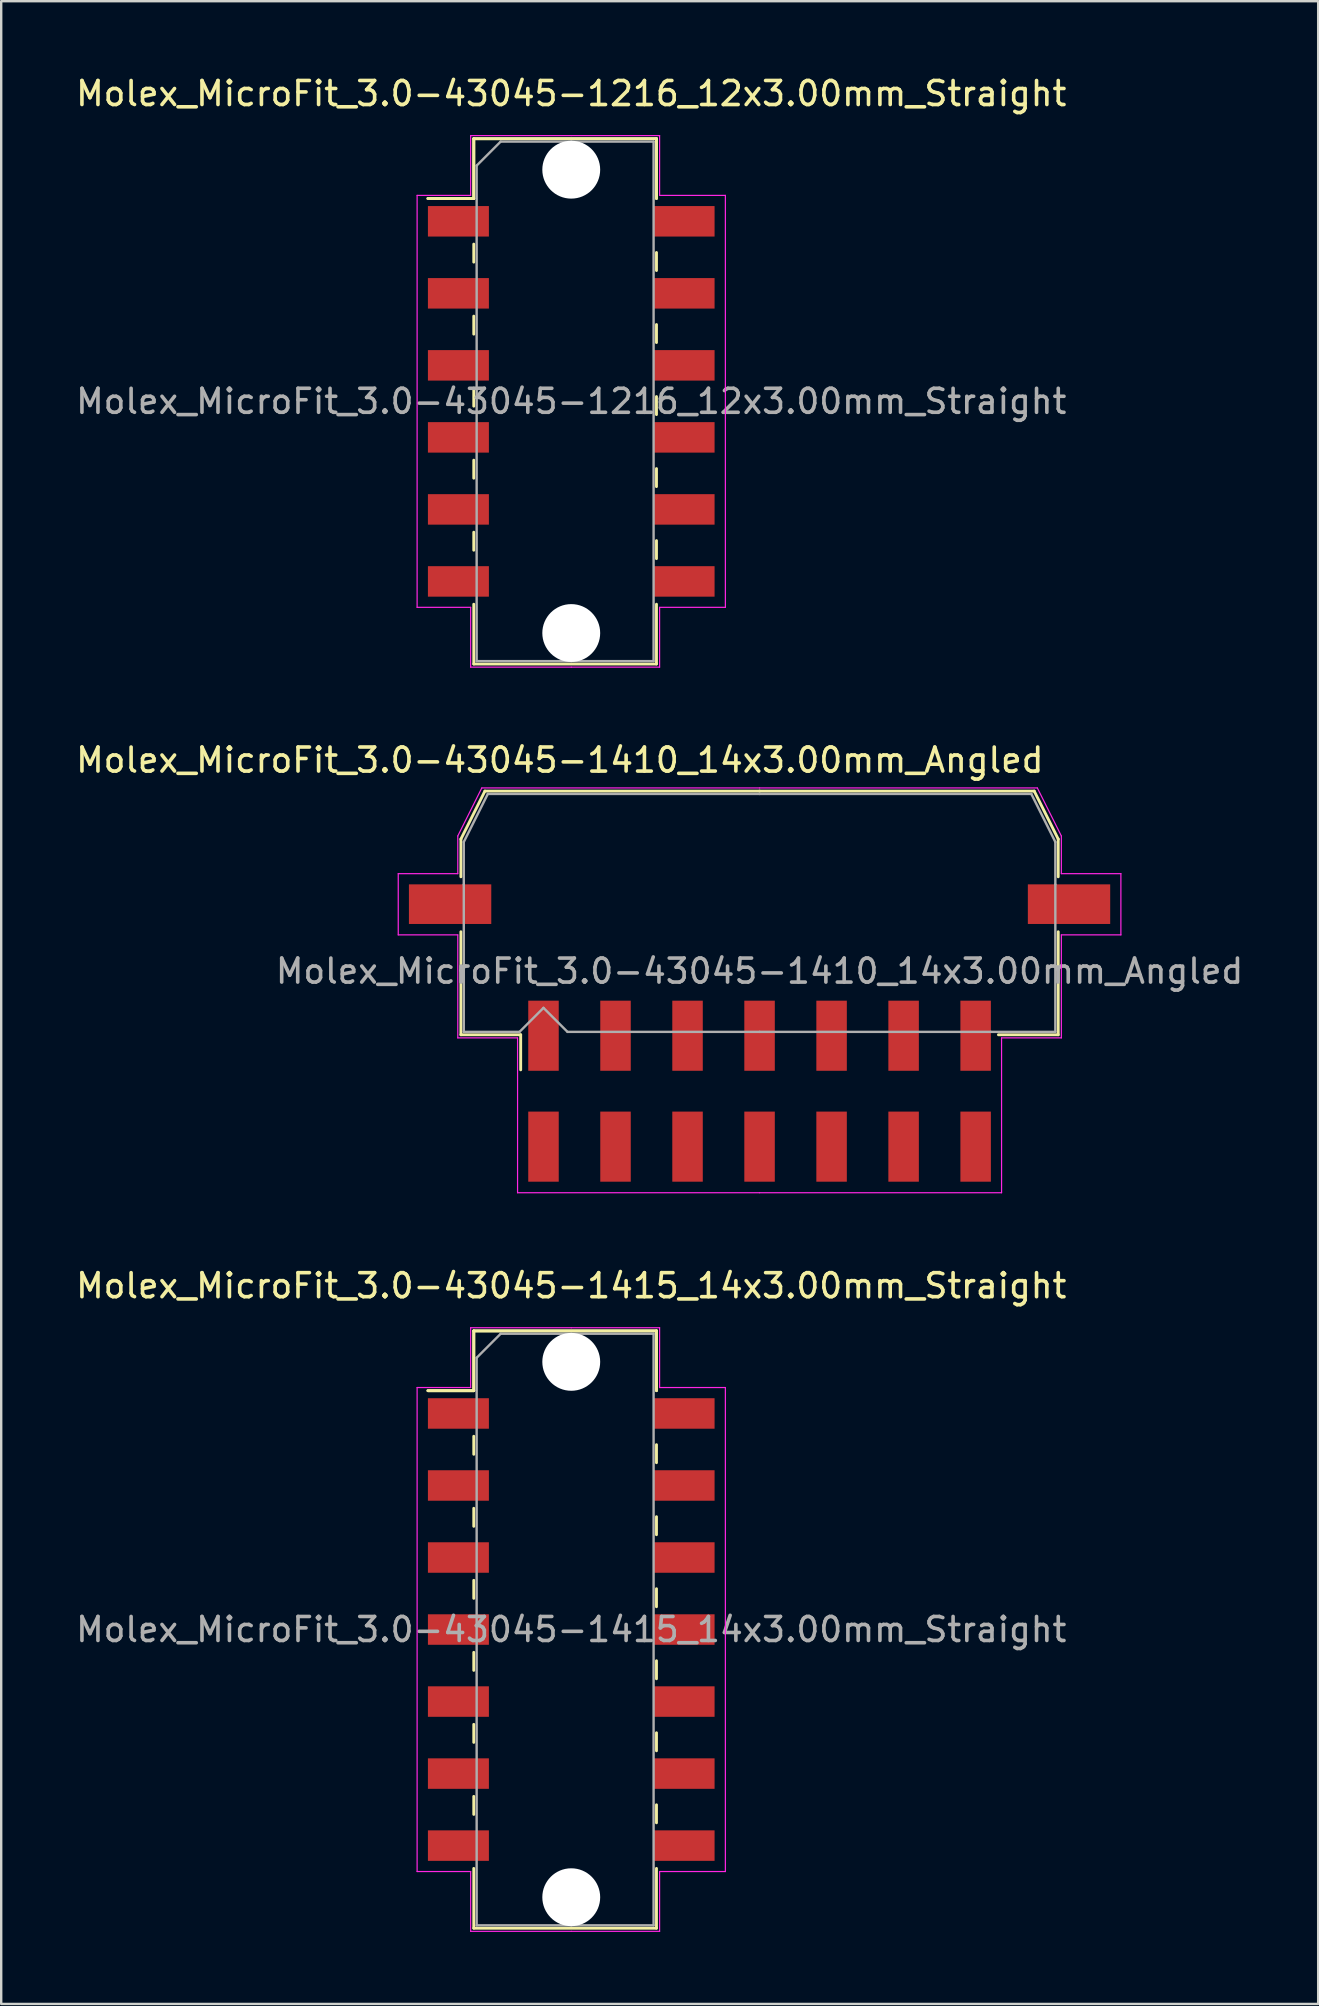
<source format=kicad_pcb>
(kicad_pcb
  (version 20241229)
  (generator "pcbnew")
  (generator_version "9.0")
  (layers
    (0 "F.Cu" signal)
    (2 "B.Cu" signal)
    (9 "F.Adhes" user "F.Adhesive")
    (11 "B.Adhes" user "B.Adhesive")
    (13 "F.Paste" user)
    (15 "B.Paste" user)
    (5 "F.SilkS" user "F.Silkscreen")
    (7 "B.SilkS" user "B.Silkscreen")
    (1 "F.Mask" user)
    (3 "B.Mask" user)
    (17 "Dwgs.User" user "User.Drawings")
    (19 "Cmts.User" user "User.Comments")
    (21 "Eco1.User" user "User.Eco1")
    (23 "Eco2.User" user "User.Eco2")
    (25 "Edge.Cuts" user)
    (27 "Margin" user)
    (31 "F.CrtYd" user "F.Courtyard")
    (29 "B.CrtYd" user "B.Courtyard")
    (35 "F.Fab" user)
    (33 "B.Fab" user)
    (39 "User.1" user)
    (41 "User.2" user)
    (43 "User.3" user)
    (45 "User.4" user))
  (footprint "Molex_MicroFit_3.0-43045-1415_14x3.00mm_Straight"
    (layer "F.Cu")
    (at 20.744 64.825)
    (property "Reference" "Molex_MicroFit_3.0-43045-1415_14x3.00mm_Straight" (at 0 -14.32 0) (layer "F.SilkS") (effects (font (size 1 1) (thickness 0.15))))
    (attr smd)
    (fp_line (start -5.97 -9.95) (end -4.06 -9.95) (stroke (width 0.12) (type solid)) (layer "F.SilkS"))
    (fp_line (start -5.97 -9.95) (end -4.06 -9.95) (stroke (width 0.12) (type solid)) (layer "F.SilkS"))
    (fp_line (start -4.06 -12.44) (end 3.55 -12.44) (stroke (width 0.12) (type solid)) (layer "F.SilkS"))
    (fp_line (start -4.06 -12.44) (end 3.55 -12.44) (stroke (width 0.12) (type solid)) (layer "F.SilkS"))
    (fp_line (start -4.06 -9.95) (end -4.06 -12.44) (stroke (width 0.12) (type solid)) (layer "F.SilkS"))
    (fp_line (start -4.06 -9.95) (end -4.06 -12.44) (stroke (width 0.12) (type solid)) (layer "F.SilkS"))
    (fp_line (start -4.06 -8.05) (end -4.06 -7.3) (stroke (width 0.12) (type solid)) (layer "F.SilkS"))
    (fp_line (start -4.06 -5.05) (end -4.06 -4.3) (stroke (width 0.12) (type solid)) (layer "F.SilkS"))
    (fp_line (start -4.06 -2.05) (end -4.06 -1.3) (stroke (width 0.12) (type solid)) (layer "F.SilkS"))
    (fp_line (start -4.06 0.95) (end -4.06 1.7) (stroke (width 0.12) (type solid)) (layer "F.SilkS"))
    (fp_line (start -4.06 3.95) (end -4.06 4.7) (stroke (width 0.12) (type solid)) (layer "F.SilkS"))
    (fp_line (start -4.06 6.95) (end -4.06 7.7) (stroke (width 0.12) (type solid)) (layer "F.SilkS"))
    (fp_line (start -4.06 12.44) (end -4.06 9.95) (stroke (width 0.12) (type solid)) (layer "F.SilkS"))
    (fp_line (start 3.55 -12.44) (end 3.55 -9.95) (stroke (width 0.12) (type solid)) (layer "F.SilkS"))
    (fp_line (start 3.55 -12.44) (end 3.55 -9.95) (stroke (width 0.12) (type solid)) (layer "F.SilkS"))
    (fp_line (start 3.55 -6.95) (end 3.55 -7.7) (stroke (width 0.12) (type solid)) (layer "F.SilkS"))
    (fp_line (start 3.55 -3.95) (end 3.55 -4.7) (stroke (width 0.12) (type solid)) (layer "F.SilkS"))
    (fp_line (start 3.55 -0.95) (end 3.55 -1.7) (stroke (width 0.12) (type solid)) (layer "F.SilkS"))
    (fp_line (start 3.55 2.05) (end 3.55 1.3) (stroke (width 0.12) (type solid)) (layer "F.SilkS"))
    (fp_line (start 3.55 5.05) (end 3.55 4.3) (stroke (width 0.12) (type solid)) (layer "F.SilkS"))
    (fp_line (start 3.55 8.05) (end 3.55 7.3) (stroke (width 0.12) (type solid)) (layer "F.SilkS"))
    (fp_line (start 3.55 9.95) (end 3.55 12.44) (stroke (width 0.12) (type solid)) (layer "F.SilkS"))
    (fp_line (start 3.55 12.44) (end -4.06 12.44) (stroke (width 0.12) (type solid)) (layer "F.SilkS"))
    (fp_line (start -6.42 -10.08) (end -4.19 -10.08) (stroke (width 0.05) (type solid)) (layer "F.CrtYd"))
    (fp_line (start -6.42 10.08) (end -6.42 -10.08) (stroke (width 0.05) (type solid)) (layer "F.CrtYd"))
    (fp_line (start -4.19 -12.57) (end 0 -12.57) (stroke (width 0.05) (type solid)) (layer "F.CrtYd"))
    (fp_line (start -4.19 -10.08) (end -4.19 -12.57) (stroke (width 0.05) (type solid)) (layer "F.CrtYd"))
    (fp_line (start -4.19 10.08) (end -6.42 10.08) (stroke (width 0.05) (type solid)) (layer "F.CrtYd"))
    (fp_line (start -4.19 12.57) (end -4.19 10.08) (stroke (width 0.05) (type solid)) (layer "F.CrtYd"))
    (fp_line (start 0 -12.57) (end 3.68 -12.57) (stroke (width 0.05) (type solid)) (layer "F.CrtYd"))
    (fp_line (start 0 12.57) (end -4.19 12.57) (stroke (width 0.05) (type solid)) (layer "F.CrtYd"))
    (fp_line (start 3.68 -12.57) (end 3.68 -10.08) (stroke (width 0.05) (type solid)) (layer "F.CrtYd"))
    (fp_line (start 3.68 -10.08) (end 6.42 -10.08) (stroke (width 0.05) (type solid)) (layer "F.CrtYd"))
    (fp_line (start 3.68 10.08) (end 3.68 12.57) (stroke (width 0.05) (type solid)) (layer "F.CrtYd"))
    (fp_line (start 3.68 12.57) (end 0 12.57) (stroke (width 0.05) (type solid)) (layer "F.CrtYd"))
    (fp_line (start 6.42 -10.08) (end 6.42 10.08) (stroke (width 0.05) (type solid)) (layer "F.CrtYd"))
    (fp_line (start 6.42 10.08) (end 3.68 10.08) (stroke (width 0.05) (type solid)) (layer "F.CrtYd"))
    (fp_line (start -3.94 -11.32) (end -2.94 -12.32) (stroke (width 0.1) (type solid)) (layer "F.Fab"))
    (fp_line (start -3.94 12.32) (end -3.94 -11.32) (stroke (width 0.1) (type solid)) (layer "F.Fab"))
    (fp_line (start -2.94 -12.32) (end 0 -12.32) (stroke (width 0.1) (type solid)) (layer "F.Fab"))
    (fp_line (start 0 -12.32) (end 3.43 -12.32) (stroke (width 0.1) (type solid)) (layer "F.Fab"))
    (fp_line (start 0 12.32) (end -3.94 12.32) (stroke (width 0.1) (type solid)) (layer "F.Fab"))
    (fp_line (start 3.43 -12.32) (end 3.43 12.32) (stroke (width 0.1) (type solid)) (layer "F.Fab"))
    (fp_line (start 3.43 12.32) (end 0 12.32) (stroke (width 0.1) (type solid)) (layer "F.Fab"))
    (fp_text user "${REFERENCE}" (at 0 0 0) (layer "F.Fab") (effects (font (size 1 1) (thickness 0.15))))
    (pad "" np_thru_hole circle (at 0 -11.15) (size 2.41 2.41) (drill 2.41) (layers "*.Cu"))
    (pad "" np_thru_hole circle (at 0 11.15) (size 2.41 2.41) (drill 2.41) (layers "*.Cu"))
    (pad "1" smd rect (at -4.7 -9) (size 2.54 1.27) (layers "F.Cu" "F.Mask" "F.Paste"))
    (pad "2" smd rect (at -4.7 -6) (size 2.54 1.27) (layers "F.Cu" "F.Mask" "F.Paste"))
    (pad "3" smd rect (at -4.7 -3) (size 2.54 1.27) (layers "F.Cu" "F.Mask" "F.Paste"))
    (pad "4" smd rect (at -4.7 0) (size 2.54 1.27) (layers "F.Cu" "F.Mask" "F.Paste"))
    (pad "5" smd rect (at -4.7 3) (size 2.54 1.27) (layers "F.Cu" "F.Mask" "F.Paste"))
    (pad "6" smd rect (at -4.7 6) (size 2.54 1.27) (layers "F.Cu" "F.Mask" "F.Paste"))
    (pad "7" smd rect (at -4.7 9) (size 2.54 1.27) (layers "F.Cu" "F.Mask" "F.Paste"))
    (pad "8" smd rect (at 4.7 9) (size 2.54 1.27) (layers "F.Cu" "F.Mask" "F.Paste"))
    (pad "9" smd rect (at 4.7 6) (size 2.54 1.27) (layers "F.Cu" "F.Mask" "F.Paste"))
    (pad "10" smd rect (at 4.7 3) (size 2.54 1.27) (layers "F.Cu" "F.Mask" "F.Paste"))
    (pad "11" smd rect (at 4.7 0) (size 2.54 1.27) (layers "F.Cu" "F.Mask" "F.Paste"))
    (pad "12" smd rect (at 4.7 -3) (size 2.54 1.27) (layers "F.Cu" "F.Mask" "F.Paste"))
    (pad "13" smd rect (at 4.7 -6) (size 2.54 1.27) (layers "F.Cu" "F.Mask" "F.Paste"))
    (pad "14" smd rect (at 4.7 -9) (size 2.54 1.27) (layers "F.Cu" "F.Mask" "F.Paste")))
  (footprint "Molex_MicroFit_3.0-43045-1216_12x3.00mm_Straight"
    (layer "F.Cu")
    (at 20.744 13.668)
    (property "Reference" "Molex_MicroFit_3.0-43045-1216_12x3.00mm_Straight" (at 0 -12.82 0) (layer "F.SilkS") (effects (font (size 1 1) (thickness 0.15))))
    (attr smd)
    (fp_line (start -5.97 -8.45) (end -4.06 -8.45) (stroke (width 0.12) (type solid)) (layer "F.SilkS"))
    (fp_line (start -5.97 -8.45) (end -4.06 -8.45) (stroke (width 0.12) (type solid)) (layer "F.SilkS"))
    (fp_line (start -4.06 -10.94) (end 3.55 -10.94) (stroke (width 0.12) (type solid)) (layer "F.SilkS"))
    (fp_line (start -4.06 -10.94) (end 3.55 -10.94) (stroke (width 0.12) (type solid)) (layer "F.SilkS"))
    (fp_line (start -4.06 -8.45) (end -4.06 -10.94) (stroke (width 0.12) (type solid)) (layer "F.SilkS"))
    (fp_line (start -4.06 -8.45) (end -4.06 -10.94) (stroke (width 0.12) (type solid)) (layer "F.SilkS"))
    (fp_line (start -4.06 -6.55) (end -4.06 -5.8) (stroke (width 0.12) (type solid)) (layer "F.SilkS"))
    (fp_line (start -4.06 -3.55) (end -4.06 -2.8) (stroke (width 0.12) (type solid)) (layer "F.SilkS"))
    (fp_line (start -4.06 -0.55) (end -4.06 0.2) (stroke (width 0.12) (type solid)) (layer "F.SilkS"))
    (fp_line (start -4.06 2.45) (end -4.06 3.2) (stroke (width 0.12) (type solid)) (layer "F.SilkS"))
    (fp_line (start -4.06 5.45) (end -4.06 6.2) (stroke (width 0.12) (type solid)) (layer "F.SilkS"))
    (fp_line (start -4.06 10.94) (end -4.06 8.45) (stroke (width 0.12) (type solid)) (layer "F.SilkS"))
    (fp_line (start 3.55 -10.94) (end 3.55 -8.45) (stroke (width 0.12) (type solid)) (layer "F.SilkS"))
    (fp_line (start 3.55 -10.94) (end 3.55 -8.45) (stroke (width 0.12) (type solid)) (layer "F.SilkS"))
    (fp_line (start 3.55 -5.45) (end 3.55 -6.2) (stroke (width 0.12) (type solid)) (layer "F.SilkS"))
    (fp_line (start 3.55 -2.45) (end 3.55 -3.2) (stroke (width 0.12) (type solid)) (layer "F.SilkS"))
    (fp_line (start 3.55 0.55) (end 3.55 -0.2) (stroke (width 0.12) (type solid)) (layer "F.SilkS"))
    (fp_line (start 3.55 3.55) (end 3.55 2.8) (stroke (width 0.12) (type solid)) (layer "F.SilkS"))
    (fp_line (start 3.55 6.55) (end 3.55 5.8) (stroke (width 0.12) (type solid)) (layer "F.SilkS"))
    (fp_line (start 3.55 8.45) (end 3.55 10.94) (stroke (width 0.12) (type solid)) (layer "F.SilkS"))
    (fp_line (start 3.55 10.94) (end -4.06 10.94) (stroke (width 0.12) (type solid)) (layer "F.SilkS"))
    (fp_line (start -6.42 -8.58) (end -4.19 -8.58) (stroke (width 0.05) (type solid)) (layer "F.CrtYd"))
    (fp_line (start -6.42 8.58) (end -6.42 -8.58) (stroke (width 0.05) (type solid)) (layer "F.CrtYd"))
    (fp_line (start -4.19 -11.07) (end 0 -11.07) (stroke (width 0.05) (type solid)) (layer "F.CrtYd"))
    (fp_line (start -4.19 -8.58) (end -4.19 -11.07) (stroke (width 0.05) (type solid)) (layer "F.CrtYd"))
    (fp_line (start -4.19 8.58) (end -6.42 8.58) (stroke (width 0.05) (type solid)) (layer "F.CrtYd"))
    (fp_line (start -4.19 11.07) (end -4.19 8.58) (stroke (width 0.05) (type solid)) (layer "F.CrtYd"))
    (fp_line (start 0 -11.07) (end 3.68 -11.07) (stroke (width 0.05) (type solid)) (layer "F.CrtYd"))
    (fp_line (start 0 11.07) (end -4.19 11.07) (stroke (width 0.05) (type solid)) (layer "F.CrtYd"))
    (fp_line (start 3.68 -11.07) (end 3.68 -8.58) (stroke (width 0.05) (type solid)) (layer "F.CrtYd"))
    (fp_line (start 3.68 -8.58) (end 6.42 -8.58) (stroke (width 0.05) (type solid)) (layer "F.CrtYd"))
    (fp_line (start 3.68 8.58) (end 3.68 11.07) (stroke (width 0.05) (type solid)) (layer "F.CrtYd"))
    (fp_line (start 3.68 11.07) (end 0 11.07) (stroke (width 0.05) (type solid)) (layer "F.CrtYd"))
    (fp_line (start 6.42 -8.58) (end 6.42 8.58) (stroke (width 0.05) (type solid)) (layer "F.CrtYd"))
    (fp_line (start 6.42 8.58) (end 3.68 8.58) (stroke (width 0.05) (type solid)) (layer "F.CrtYd"))
    (fp_line (start -3.94 -9.82) (end -2.94 -10.82) (stroke (width 0.1) (type solid)) (layer "F.Fab"))
    (fp_line (start -3.94 10.82) (end -3.94 -9.82) (stroke (width 0.1) (type solid)) (layer "F.Fab"))
    (fp_line (start -2.94 -10.82) (end 0 -10.82) (stroke (width 0.1) (type solid)) (layer "F.Fab"))
    (fp_line (start 0 -10.82) (end 3.43 -10.82) (stroke (width 0.1) (type solid)) (layer "F.Fab"))
    (fp_line (start 0 10.82) (end -3.94 10.82) (stroke (width 0.1) (type solid)) (layer "F.Fab"))
    (fp_line (start 3.43 -10.82) (end 3.43 10.82) (stroke (width 0.1) (type solid)) (layer "F.Fab"))
    (fp_line (start 3.43 10.82) (end 0 10.82) (stroke (width 0.1) (type solid)) (layer "F.Fab"))
    (fp_text user "${REFERENCE}" (at 0 0 0) (layer "F.Fab") (effects (font (size 1 1) (thickness 0.15))))
    (pad "" np_thru_hole circle (at 0 -9.65) (size 2.41 2.41) (drill 2.41) (layers "*.Cu"))
    (pad "" np_thru_hole circle (at 0 9.65) (size 2.41 2.41) (drill 2.41) (layers "*.Cu"))
    (pad "1" smd rect (at -4.7 -7.5) (size 2.54 1.27) (layers "F.Cu" "F.Mask" "F.Paste"))
    (pad "2" smd rect (at -4.7 -4.5) (size 2.54 1.27) (layers "F.Cu" "F.Mask" "F.Paste"))
    (pad "3" smd rect (at -4.7 -1.5) (size 2.54 1.27) (layers "F.Cu" "F.Mask" "F.Paste"))
    (pad "4" smd rect (at -4.7 1.5) (size 2.54 1.27) (layers "F.Cu" "F.Mask" "F.Paste"))
    (pad "5" smd rect (at -4.7 4.5) (size 2.54 1.27) (layers "F.Cu" "F.Mask" "F.Paste"))
    (pad "6" smd rect (at -4.7 7.5) (size 2.54 1.27) (layers "F.Cu" "F.Mask" "F.Paste"))
    (pad "7" smd rect (at 4.7 7.5) (size 2.54 1.27) (layers "F.Cu" "F.Mask" "F.Paste"))
    (pad "8" smd rect (at 4.7 4.5) (size 2.54 1.27) (layers "F.Cu" "F.Mask" "F.Paste"))
    (pad "9" smd rect (at 4.7 1.5) (size 2.54 1.27) (layers "F.Cu" "F.Mask" "F.Paste"))
    (pad "10" smd rect (at 4.7 -1.5) (size 2.54 1.27) (layers "F.Cu" "F.Mask" "F.Paste"))
    (pad "11" smd rect (at 4.7 -4.5) (size 2.54 1.27) (layers "F.Cu" "F.Mask" "F.Paste"))
    (pad "12" smd rect (at 4.7 -7.5) (size 2.54 1.27) (layers "F.Cu" "F.Mask" "F.Paste")))
  (footprint "Molex_MicroFit_3.0-43045-1410_14x3.00mm_Angled"
    (layer "F.Cu")
    (at 28.588 42.401)
    (property "Reference" "Molex_MicroFit_3.0-43045-1410_14x3.00mm_Angled" (at -8.32 -13.79 0) (layer "F.SilkS") (effects (font (size 1 1) (thickness 0.15))))
    (attr smd)
    (fp_line (start -12.44 -10.5) (end -12.44 -8.93) (stroke (width 0.12) (type solid)) (layer "F.SilkS"))
    (fp_line (start -12.44 -6.64) (end -12.44 -2.35) (stroke (width 0.12) (type solid)) (layer "F.SilkS"))
    (fp_line (start -12.44 -2.35) (end -9.95 -2.35) (stroke (width 0.12) (type solid)) (layer "F.SilkS"))
    (fp_line (start -11.44 -12.5) (end -12.44 -10.5) (stroke (width 0.12) (type solid)) (layer "F.SilkS"))
    (fp_line (start -9.95 -2.35) (end -9.95 -0.89) (stroke (width 0.12) (type solid)) (layer "F.SilkS"))
    (fp_line (start 0 -12.5) (end -11.44 -12.5) (stroke (width 0.12) (type solid)) (layer "F.SilkS"))
    (fp_line (start 0 -12.5) (end 11.44 -12.5) (stroke (width 0.12) (type solid)) (layer "F.SilkS"))
    (fp_line (start 11.44 -12.5) (end 12.44 -10.5) (stroke (width 0.12) (type solid)) (layer "F.SilkS"))
    (fp_line (start 12.44 -10.5) (end 12.44 -8.93) (stroke (width 0.12) (type solid)) (layer "F.SilkS"))
    (fp_line (start 12.44 -6.64) (end 12.44 -2.35) (stroke (width 0.12) (type solid)) (layer "F.SilkS"))
    (fp_line (start 12.44 -2.35) (end 9.95 -2.35) (stroke (width 0.12) (type solid)) (layer "F.SilkS"))
    (fp_line (start -15.05 -9.06) (end -15.05 -6.51) (stroke (width 0.05) (type solid)) (layer "F.CrtYd"))
    (fp_line (start -15.05 -6.51) (end -12.57 -6.51) (stroke (width 0.05) (type solid)) (layer "F.CrtYd"))
    (fp_line (start -12.57 -10.63) (end -12.57 -9.06) (stroke (width 0.05) (type solid)) (layer "F.CrtYd"))
    (fp_line (start -12.57 -9.06) (end -15.05 -9.06) (stroke (width 0.05) (type solid)) (layer "F.CrtYd"))
    (fp_line (start -12.57 -6.51) (end -12.57 -2.22) (stroke (width 0.05) (type solid)) (layer "F.CrtYd"))
    (fp_line (start -12.57 -2.22) (end -10.08 -2.22) (stroke (width 0.05) (type solid)) (layer "F.CrtYd"))
    (fp_line (start -11.57 -12.63) (end -12.57 -10.63) (stroke (width 0.05) (type solid)) (layer "F.CrtYd"))
    (fp_line (start -10.08 -2.22) (end -10.08 4.23) (stroke (width 0.05) (type solid)) (layer "F.CrtYd"))
    (fp_line (start -10.08 4.23) (end 0 4.23) (stroke (width 0.05) (type solid)) (layer "F.CrtYd"))
    (fp_line (start 0 -12.63) (end -11.57 -12.63) (stroke (width 0.05) (type solid)) (layer "F.CrtYd"))
    (fp_line (start 0 -12.63) (end 11.57 -12.63) (stroke (width 0.05) (type solid)) (layer "F.CrtYd"))
    (fp_line (start 10.08 -2.22) (end 10.08 4.23) (stroke (width 0.05) (type solid)) (layer "F.CrtYd"))
    (fp_line (start 10.08 4.23) (end 0 4.23) (stroke (width 0.05) (type solid)) (layer "F.CrtYd"))
    (fp_line (start 11.57 -12.63) (end 12.57 -10.63) (stroke (width 0.05) (type solid)) (layer "F.CrtYd"))
    (fp_line (start 12.57 -10.63) (end 12.57 -9.06) (stroke (width 0.05) (type solid)) (layer "F.CrtYd"))
    (fp_line (start 12.57 -9.06) (end 15.05 -9.06) (stroke (width 0.05) (type solid)) (layer "F.CrtYd"))
    (fp_line (start 12.57 -6.51) (end 12.57 -2.22) (stroke (width 0.05) (type solid)) (layer "F.CrtYd"))
    (fp_line (start 12.57 -2.22) (end 10.08 -2.22) (stroke (width 0.05) (type solid)) (layer "F.CrtYd"))
    (fp_line (start 15.05 -9.06) (end 15.05 -6.51) (stroke (width 0.05) (type solid)) (layer "F.CrtYd"))
    (fp_line (start 15.05 -6.51) (end 12.57 -6.51) (stroke (width 0.05) (type solid)) (layer "F.CrtYd"))
    (fp_line (start -12.32 -10.38) (end -12.32 -8.61) (stroke (width 0.1) (type solid)) (layer "F.Fab"))
    (fp_line (start -12.32 -8.61) (end -12.32 -2.47) (stroke (width 0.1) (type solid)) (layer "F.Fab"))
    (fp_line (start -12.32 -2.47) (end -10 -2.47) (stroke (width 0.1) (type solid)) (layer "F.Fab"))
    (fp_line (start -11.32 -12.38) (end -12.32 -10.38) (stroke (width 0.1) (type solid)) (layer "F.Fab"))
    (fp_line (start -10 -2.47) (end -9 -3.47) (stroke (width 0.1) (type solid)) (layer "F.Fab"))
    (fp_line (start -9 -3.47) (end -8 -2.47) (stroke (width 0.1) (type solid)) (layer "F.Fab"))
    (fp_line (start -8 -2.47) (end 0 -2.47) (stroke (width 0.1) (type solid)) (layer "F.Fab"))
    (fp_line (start 0 -12.38) (end -11.32 -12.38) (stroke (width 0.1) (type solid)) (layer "F.Fab"))
    (fp_line (start 0 -12.38) (end 11.32 -12.38) (stroke (width 0.1) (type solid)) (layer "F.Fab"))
    (fp_line (start 9.63 -2.47) (end 0 -2.47) (stroke (width 0.1) (type solid)) (layer "F.Fab"))
    (fp_line (start 11.32 -12.38) (end 12.32 -10.38) (stroke (width 0.1) (type solid)) (layer "F.Fab"))
    (fp_line (start 12.32 -10.38) (end 12.32 -8.61) (stroke (width 0.1) (type solid)) (layer "F.Fab"))
    (fp_line (start 12.32 -8.61) (end 12.32 -2.47) (stroke (width 0.1) (type solid)) (layer "F.Fab"))
    (fp_line (start 12.32 -2.47) (end 9.63 -2.47) (stroke (width 0.1) (type solid)) (layer "F.Fab"))
    (fp_text user "${REFERENCE}" (at 0 -5 0) (layer "F.Fab") (effects (font (size 1 1) (thickness 0.15))))
    (pad "" smd rect (at -12.89 -7.79) (size 3.43 1.65) (layers "F.Cu" "F.Mask" "F.Paste"))
    (pad "" smd rect (at 12.89 -7.79) (size 3.43 1.65) (layers "F.Cu" "F.Mask" "F.Paste"))
    (pad "1" smd rect (at -9 -2.31) (size 1.27 2.92) (layers "F.Cu" "F.Mask" "F.Paste"))
    (pad "2" smd rect (at -6 -2.31) (size 1.27 2.92) (layers "F.Cu" "F.Mask" "F.Paste"))
    (pad "3" smd rect (at -3 -2.31) (size 1.27 2.92) (layers "F.Cu" "F.Mask" "F.Paste"))
    (pad "4" smd rect (at 0 -2.31) (size 1.27 2.92) (layers "F.Cu" "F.Mask" "F.Paste"))
    (pad "5" smd rect (at 3 -2.31) (size 1.27 2.92) (layers "F.Cu" "F.Mask" "F.Paste"))
    (pad "6" smd rect (at 6 -2.31) (size 1.27 2.92) (layers "F.Cu" "F.Mask" "F.Paste"))
    (pad "7" smd rect (at 9 -2.31) (size 1.27 2.92) (layers "F.Cu" "F.Mask" "F.Paste"))
    (pad "8" smd rect (at 9 2.31) (size 1.27 2.92) (layers "F.Cu" "F.Mask" "F.Paste"))
    (pad "9" smd rect (at 6 2.31) (size 1.27 2.92) (layers "F.Cu" "F.Mask" "F.Paste"))
    (pad "10" smd rect (at 3 2.31) (size 1.27 2.92) (layers "F.Cu" "F.Mask" "F.Paste"))
    (pad "11" smd rect (at 0 2.31) (size 1.27 2.92) (layers "F.Cu" "F.Mask" "F.Paste"))
    (pad "12" smd rect (at -3 2.31) (size 1.27 2.92) (layers "F.Cu" "F.Mask" "F.Paste"))
    (pad "13" smd rect (at -6 2.31) (size 1.27 2.92) (layers "F.Cu" "F.Mask" "F.Paste"))
    (pad "14" smd rect (at -9 2.31) (size 1.27 2.92) (layers "F.Cu" "F.Mask" "F.Paste")))
  (gr_rect
    (start -3 -3)
    (end 51.856 80.42)
    (stroke (width 0.1) (type default))
    (fill no)
    (layer "Edge.Cuts")))
</source>
